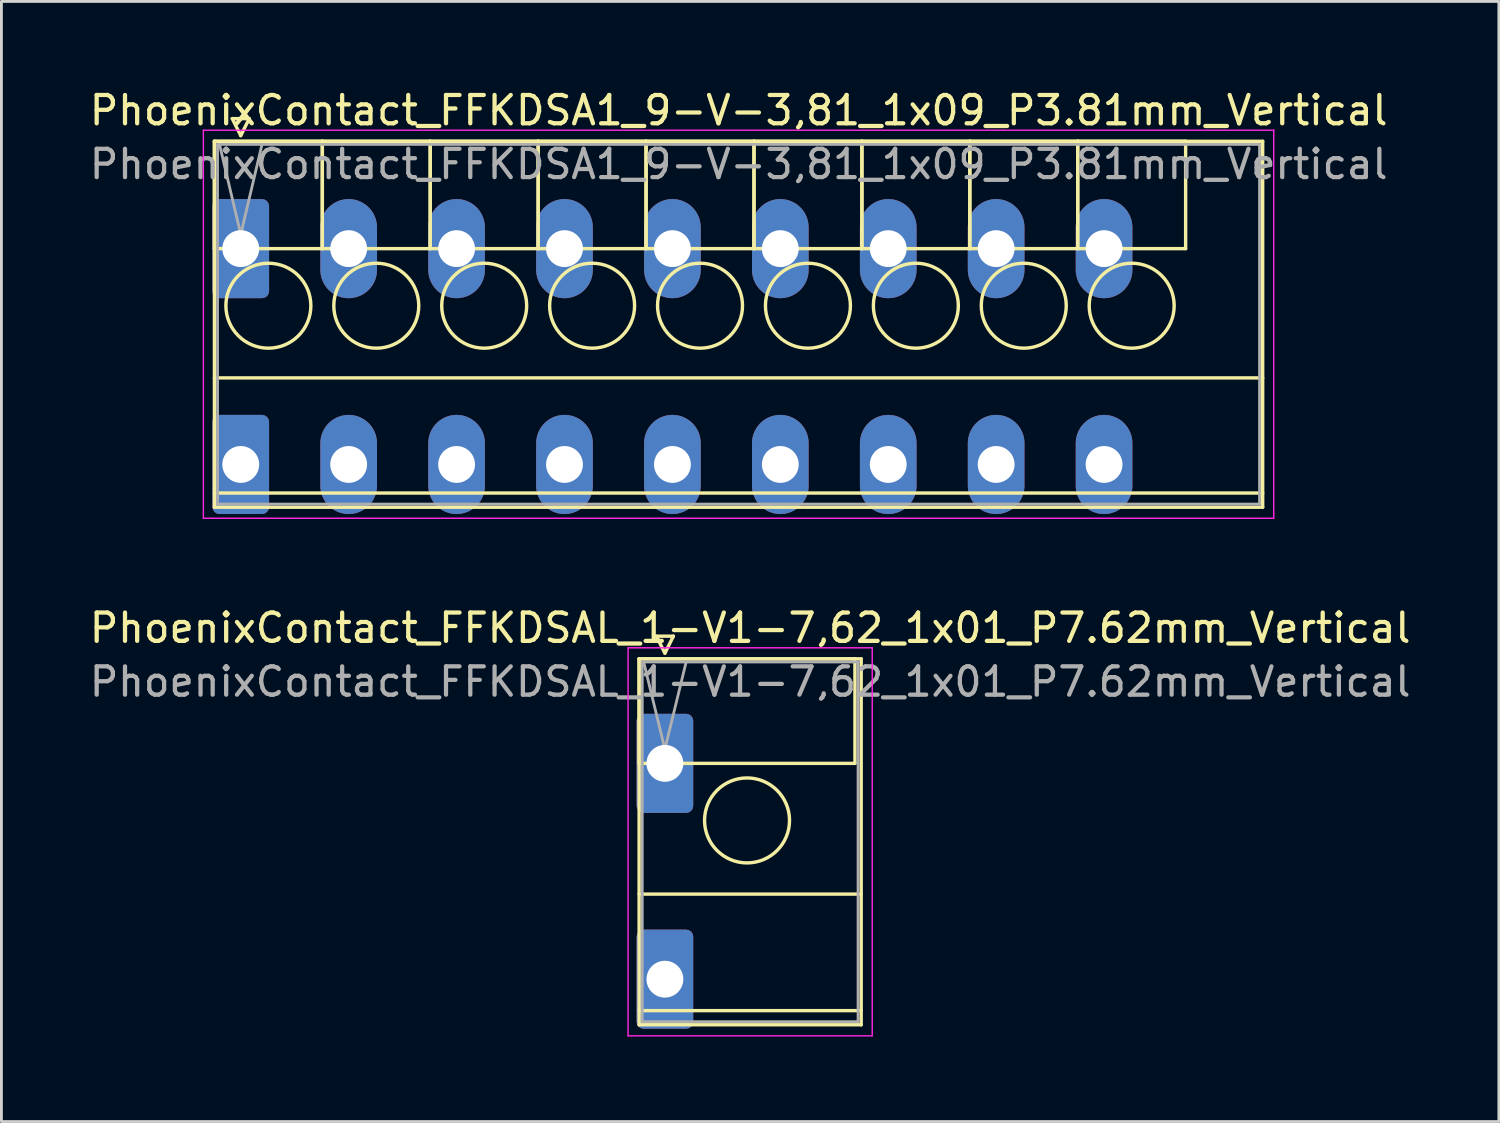
<source format=kicad_pcb>
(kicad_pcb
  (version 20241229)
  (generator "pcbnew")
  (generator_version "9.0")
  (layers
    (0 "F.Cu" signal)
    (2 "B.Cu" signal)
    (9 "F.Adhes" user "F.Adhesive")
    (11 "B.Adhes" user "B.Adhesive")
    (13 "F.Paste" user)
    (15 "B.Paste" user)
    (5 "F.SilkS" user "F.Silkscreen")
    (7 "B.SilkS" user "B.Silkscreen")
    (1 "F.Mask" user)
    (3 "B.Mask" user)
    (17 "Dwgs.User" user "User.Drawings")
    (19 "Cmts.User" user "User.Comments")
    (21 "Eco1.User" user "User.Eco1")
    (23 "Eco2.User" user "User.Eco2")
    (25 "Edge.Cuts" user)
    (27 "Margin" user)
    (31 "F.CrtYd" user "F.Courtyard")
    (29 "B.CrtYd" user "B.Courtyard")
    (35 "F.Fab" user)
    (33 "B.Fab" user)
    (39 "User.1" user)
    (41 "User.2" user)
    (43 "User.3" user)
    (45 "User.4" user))
  (footprint "PhoenixContact_FFKDSAL_1-V1-7,62_1x01_P7.62mm_Vertical"
    (layer "F.Cu")
    (at 20.425 23.901)
    (property "Reference" "PhoenixContact_FFKDSAL_1-V1-7,62_1x01_P7.62mm_Vertical" (at 3.01 -4.78 0) (layer "F.SilkS") (effects (font (size 1 1) (thickness 0.15))))
    (attr through_hole)
    (fp_line (start -0.91 -3.69) (end -0.91 0) (stroke (width 0.12) (type solid)) (layer "F.SilkS"))
    (fp_line (start -0.91 -3.69) (end -0.91 9.23) (stroke (width 0.12) (type solid)) (layer "F.SilkS"))
    (fp_line (start -0.91 0) (end 6.71 0) (stroke (width 0.12) (type solid)) (layer "F.SilkS"))
    (fp_line (start -0.91 4.615) (end 6.93 4.615) (stroke (width 0.12) (type solid)) (layer "F.SilkS"))
    (fp_line (start -0.91 8.73) (end 6.93 8.73) (stroke (width 0.12) (type solid)) (layer "F.SilkS"))
    (fp_line (start -0.91 9.23) (end 6.93 9.23) (stroke (width 0.12) (type solid)) (layer "F.SilkS"))
    (fp_line (start -0.3 -4.49) (end 0.3 -4.49) (stroke (width 0.12) (type solid)) (layer "F.SilkS"))
    (fp_line (start 0 -3.89) (end -0.3 -4.49) (stroke (width 0.12) (type solid)) (layer "F.SilkS"))
    (fp_line (start 0.3 -4.49) (end 0 -3.89) (stroke (width 0.12) (type solid)) (layer "F.SilkS"))
    (fp_line (start 6.71 -3.69) (end -0.91 -3.69) (stroke (width 0.12) (type solid)) (layer "F.SilkS"))
    (fp_line (start 6.71 0) (end 6.71 -3.69) (stroke (width 0.12) (type solid)) (layer "F.SilkS"))
    (fp_line (start 6.93 -3.69) (end -0.91 -3.69) (stroke (width 0.12) (type solid)) (layer "F.SilkS"))
    (fp_line (start 6.93 9.23) (end 6.93 -3.69) (stroke (width 0.12) (type solid)) (layer "F.SilkS"))
    (fp_circle (center 2.9 2.015) (end 4.4 2.015) (stroke (width 0.12) (type solid)) (fill no) (layer "F.SilkS"))
    (fp_line (start -1.3 -4.08) (end -1.3 9.62) (stroke (width 0.05) (type solid)) (layer "F.CrtYd"))
    (fp_line (start -1.3 9.62) (end 7.32 9.62) (stroke (width 0.05) (type solid)) (layer "F.CrtYd"))
    (fp_line (start 7.32 -4.08) (end -1.3 -4.08) (stroke (width 0.05) (type solid)) (layer "F.CrtYd"))
    (fp_line (start 7.32 9.62) (end 7.32 -4.08) (stroke (width 0.05) (type solid)) (layer "F.CrtYd"))
    (fp_line (start -0.8 -3.58) (end -0.8 9.12) (stroke (width 0.1) (type solid)) (layer "F.Fab"))
    (fp_line (start -0.8 9.12) (end 6.82 9.12) (stroke (width 0.1) (type solid)) (layer "F.Fab"))
    (fp_line (start 0 -0.5) (end -0.75 -3.58) (stroke (width 0.1) (type solid)) (layer "F.Fab"))
    (fp_line (start 0.75 -3.58) (end 0 -0.5) (stroke (width 0.1) (type solid)) (layer "F.Fab"))
    (fp_line (start 6.82 -3.58) (end -0.8 -3.58) (stroke (width 0.1) (type solid)) (layer "F.Fab"))
    (fp_line (start 6.82 9.12) (end 6.82 -3.58) (stroke (width 0.1) (type solid)) (layer "F.Fab"))
    (fp_text user "${REFERENCE}" (at 3.01 -2.88 0) (layer "F.Fab") (effects (font (size 1 1) (thickness 0.15))))
    (pad "1" thru_hole roundrect (at 0 0) (size 2 3.5) (drill 1.3) (layers "*.Cu" "*.Mask") (roundrect_rratio 0.125))
    (pad "1" thru_hole roundrect (at 0 7.62) (size 2 3.5) (drill 1.3) (layers "*.Cu" "*.Mask") (roundrect_rratio 0.125)))
  (footprint "PhoenixContact_FFKDSA1_9-V-3,81_1x09_P3.81mm_Vertical"
    (layer "F.Cu")
    (at 5.45 5.728)
    (property "Reference" "PhoenixContact_FFKDSA1_9-V-3,81_1x09_P3.81mm_Vertical" (at 17.58 -4.88 0) (layer "F.SilkS") (effects (font (size 1 1) (thickness 0.15))))
    (attr through_hole)
    (fp_line (start -0.93 -3.79) (end -0.93 0) (stroke (width 0.12) (type solid)) (layer "F.SilkS"))
    (fp_line (start -0.93 -3.79) (end -0.93 9.13) (stroke (width 0.12) (type solid)) (layer "F.SilkS"))
    (fp_line (start -0.93 0) (end 2.88 0) (stroke (width 0.12) (type solid)) (layer "F.SilkS"))
    (fp_line (start -0.93 4.565) (end 36.08 4.565) (stroke (width 0.12) (type solid)) (layer "F.SilkS"))
    (fp_line (start -0.93 8.63) (end 36.08 8.63) (stroke (width 0.12) (type solid)) (layer "F.SilkS"))
    (fp_line (start -0.93 9.13) (end 36.08 9.13) (stroke (width 0.12) (type solid)) (layer "F.SilkS"))
    (fp_line (start -0.3 -4.59) (end 0.3 -4.59) (stroke (width 0.12) (type solid)) (layer "F.SilkS"))
    (fp_line (start 0 -3.99) (end -0.3 -4.59) (stroke (width 0.12) (type solid)) (layer "F.SilkS"))
    (fp_line (start 0.3 -4.59) (end 0 -3.99) (stroke (width 0.12) (type solid)) (layer "F.SilkS"))
    (fp_line (start 2.88 -3.79) (end -0.93 -3.79) (stroke (width 0.12) (type solid)) (layer "F.SilkS"))
    (fp_line (start 2.88 -3.79) (end 2.88 0) (stroke (width 0.12) (type solid)) (layer "F.SilkS"))
    (fp_line (start 2.88 0) (end 2.88 -3.79) (stroke (width 0.12) (type solid)) (layer "F.SilkS"))
    (fp_line (start 2.88 0) (end 6.69 0) (stroke (width 0.12) (type solid)) (layer "F.SilkS"))
    (fp_line (start 6.69 -3.79) (end 2.88 -3.79) (stroke (width 0.12) (type solid)) (layer "F.SilkS"))
    (fp_line (start 6.69 -3.79) (end 6.69 0) (stroke (width 0.12) (type solid)) (layer "F.SilkS"))
    (fp_line (start 6.69 0) (end 6.69 -3.79) (stroke (width 0.12) (type solid)) (layer "F.SilkS"))
    (fp_line (start 6.69 0) (end 10.5 0) (stroke (width 0.12) (type solid)) (layer "F.SilkS"))
    (fp_line (start 10.5 -3.79) (end 6.69 -3.79) (stroke (width 0.12) (type solid)) (layer "F.SilkS"))
    (fp_line (start 10.5 -3.79) (end 10.5 0) (stroke (width 0.12) (type solid)) (layer "F.SilkS"))
    (fp_line (start 10.5 0) (end 10.5 -3.79) (stroke (width 0.12) (type solid)) (layer "F.SilkS"))
    (fp_line (start 10.5 0) (end 14.31 0) (stroke (width 0.12) (type solid)) (layer "F.SilkS"))
    (fp_line (start 14.31 -3.79) (end 10.5 -3.79) (stroke (width 0.12) (type solid)) (layer "F.SilkS"))
    (fp_line (start 14.31 -3.79) (end 14.31 0) (stroke (width 0.12) (type solid)) (layer "F.SilkS"))
    (fp_line (start 14.31 0) (end 14.31 -3.79) (stroke (width 0.12) (type solid)) (layer "F.SilkS"))
    (fp_line (start 14.31 0) (end 18.12 0) (stroke (width 0.12) (type solid)) (layer "F.SilkS"))
    (fp_line (start 18.12 -3.79) (end 14.31 -3.79) (stroke (width 0.12) (type solid)) (layer "F.SilkS"))
    (fp_line (start 18.12 -3.79) (end 18.12 0) (stroke (width 0.12) (type solid)) (layer "F.SilkS"))
    (fp_line (start 18.12 0) (end 18.12 -3.79) (stroke (width 0.12) (type solid)) (layer "F.SilkS"))
    (fp_line (start 18.12 0) (end 21.93 0) (stroke (width 0.12) (type solid)) (layer "F.SilkS"))
    (fp_line (start 21.93 -3.79) (end 18.12 -3.79) (stroke (width 0.12) (type solid)) (layer "F.SilkS"))
    (fp_line (start 21.93 -3.79) (end 21.93 0) (stroke (width 0.12) (type solid)) (layer "F.SilkS"))
    (fp_line (start 21.93 0) (end 21.93 -3.79) (stroke (width 0.12) (type solid)) (layer "F.SilkS"))
    (fp_line (start 21.93 0) (end 25.74 0) (stroke (width 0.12) (type solid)) (layer "F.SilkS"))
    (fp_line (start 25.74 -3.79) (end 21.93 -3.79) (stroke (width 0.12) (type solid)) (layer "F.SilkS"))
    (fp_line (start 25.74 -3.79) (end 25.74 0) (stroke (width 0.12) (type solid)) (layer "F.SilkS"))
    (fp_line (start 25.74 0) (end 25.74 -3.79) (stroke (width 0.12) (type solid)) (layer "F.SilkS"))
    (fp_line (start 25.74 0) (end 29.55 0) (stroke (width 0.12) (type solid)) (layer "F.SilkS"))
    (fp_line (start 29.55 -3.79) (end 25.74 -3.79) (stroke (width 0.12) (type solid)) (layer "F.SilkS"))
    (fp_line (start 29.55 -3.79) (end 29.55 0) (stroke (width 0.12) (type solid)) (layer "F.SilkS"))
    (fp_line (start 29.55 0) (end 29.55 -3.79) (stroke (width 0.12) (type solid)) (layer "F.SilkS"))
    (fp_line (start 29.55 0) (end 33.36 0) (stroke (width 0.12) (type solid)) (layer "F.SilkS"))
    (fp_line (start 33.36 -3.79) (end 29.55 -3.79) (stroke (width 0.12) (type solid)) (layer "F.SilkS"))
    (fp_line (start 33.36 0) (end 33.36 -3.79) (stroke (width 0.12) (type solid)) (layer "F.SilkS"))
    (fp_line (start 36.08 -3.79) (end -0.93 -3.79) (stroke (width 0.12) (type solid)) (layer "F.SilkS"))
    (fp_line (start 36.08 9.13) (end 36.08 -3.79) (stroke (width 0.12) (type solid)) (layer "F.SilkS"))
    (fp_circle (center 0.975 2.015) (end 2.475 2.015) (stroke (width 0.12) (type solid)) (fill no) (layer "F.SilkS"))
    (fp_circle (center 4.785 2.015) (end 6.285 2.015) (stroke (width 0.12) (type solid)) (fill no) (layer "F.SilkS"))
    (fp_circle (center 8.595 2.015) (end 10.095 2.015) (stroke (width 0.12) (type solid)) (fill no) (layer "F.SilkS"))
    (fp_circle (center 12.405 2.015) (end 13.905 2.015) (stroke (width 0.12) (type solid)) (fill no) (layer "F.SilkS"))
    (fp_circle (center 16.215 2.015) (end 17.715 2.015) (stroke (width 0.12) (type solid)) (fill no) (layer "F.SilkS"))
    (fp_circle (center 20.025 2.015) (end 21.525 2.015) (stroke (width 0.12) (type solid)) (fill no) (layer "F.SilkS"))
    (fp_circle (center 23.835 2.015) (end 25.335 2.015) (stroke (width 0.12) (type solid)) (fill no) (layer "F.SilkS"))
    (fp_circle (center 27.645 2.015) (end 29.145 2.015) (stroke (width 0.12) (type solid)) (fill no) (layer "F.SilkS"))
    (fp_circle (center 31.455 2.015) (end 32.955 2.015) (stroke (width 0.12) (type solid)) (fill no) (layer "F.SilkS"))
    (fp_line (start -1.32 -4.18) (end -1.32 9.52) (stroke (width 0.05) (type solid)) (layer "F.CrtYd"))
    (fp_line (start -1.32 9.52) (end 36.47 9.52) (stroke (width 0.05) (type solid)) (layer "F.CrtYd"))
    (fp_line (start 36.47 -4.18) (end -1.32 -4.18) (stroke (width 0.05) (type solid)) (layer "F.CrtYd"))
    (fp_line (start 36.47 9.52) (end 36.47 -4.18) (stroke (width 0.05) (type solid)) (layer "F.CrtYd"))
    (fp_line (start -0.82 -3.68) (end -0.82 9.02) (stroke (width 0.1) (type solid)) (layer "F.Fab"))
    (fp_line (start -0.82 9.02) (end 35.97 9.02) (stroke (width 0.1) (type solid)) (layer "F.Fab"))
    (fp_line (start 0 -0.5) (end -0.75 -3.68) (stroke (width 0.1) (type solid)) (layer "F.Fab"))
    (fp_line (start 0.75 -3.68) (end 0 -0.5) (stroke (width 0.1) (type solid)) (layer "F.Fab"))
    (fp_line (start 35.97 -3.68) (end -0.82 -3.68) (stroke (width 0.1) (type solid)) (layer "F.Fab"))
    (fp_line (start 35.97 9.02) (end 35.97 -3.68) (stroke (width 0.1) (type solid)) (layer "F.Fab"))
    (fp_text user "${REFERENCE}" (at 17.58 -2.98 0) (layer "F.Fab") (effects (font (size 1 1) (thickness 0.15))))
    (pad "1" thru_hole roundrect (at 0 0) (size 2 3.5) (drill 1.3) (layers "*.Cu" "*.Mask") (roundrect_rratio 0.125))
    (pad "1" thru_hole roundrect (at 0 7.62) (size 2 3.5) (drill 1.3) (layers "*.Cu" "*.Mask") (roundrect_rratio 0.125))
    (pad "2" thru_hole oval (at 3.81 0) (size 2 3.5) (drill 1.3) (layers "*.Cu" "*.Mask"))
    (pad "2" thru_hole oval (at 3.81 7.62) (size 2 3.5) (drill 1.3) (layers "*.Cu" "*.Mask"))
    (pad "3" thru_hole oval (at 7.62 0) (size 2 3.5) (drill 1.3) (layers "*.Cu" "*.Mask"))
    (pad "3" thru_hole oval (at 7.62 7.62) (size 2 3.5) (drill 1.3) (layers "*.Cu" "*.Mask"))
    (pad "4" thru_hole oval (at 11.43 0) (size 2 3.5) (drill 1.3) (layers "*.Cu" "*.Mask"))
    (pad "4" thru_hole oval (at 11.43 7.62) (size 2 3.5) (drill 1.3) (layers "*.Cu" "*.Mask"))
    (pad "5" thru_hole oval (at 15.24 0) (size 2 3.5) (drill 1.3) (layers "*.Cu" "*.Mask"))
    (pad "5" thru_hole oval (at 15.24 7.62) (size 2 3.5) (drill 1.3) (layers "*.Cu" "*.Mask"))
    (pad "6" thru_hole oval (at 19.05 0) (size 2 3.5) (drill 1.3) (layers "*.Cu" "*.Mask"))
    (pad "6" thru_hole oval (at 19.05 7.62) (size 2 3.5) (drill 1.3) (layers "*.Cu" "*.Mask"))
    (pad "7" thru_hole oval (at 22.86 0) (size 2 3.5) (drill 1.3) (layers "*.Cu" "*.Mask"))
    (pad "7" thru_hole oval (at 22.86 7.62) (size 2 3.5) (drill 1.3) (layers "*.Cu" "*.Mask"))
    (pad "8" thru_hole oval (at 26.67 0) (size 2 3.5) (drill 1.3) (layers "*.Cu" "*.Mask"))
    (pad "8" thru_hole oval (at 26.67 7.62) (size 2 3.5) (drill 1.3) (layers "*.Cu" "*.Mask"))
    (pad "9" thru_hole oval (at 30.48 0) (size 2 3.5) (drill 1.3) (layers "*.Cu" "*.Mask"))
    (pad "9" thru_hole oval (at 30.48 7.62) (size 2 3.5) (drill 1.3) (layers "*.Cu" "*.Mask")))
  (gr_rect
    (start -3 -3)
    (end 49.869 36.547)
    (stroke (width 0.1) (type default))
    (fill no)
    (layer "Edge.Cuts")))
</source>
